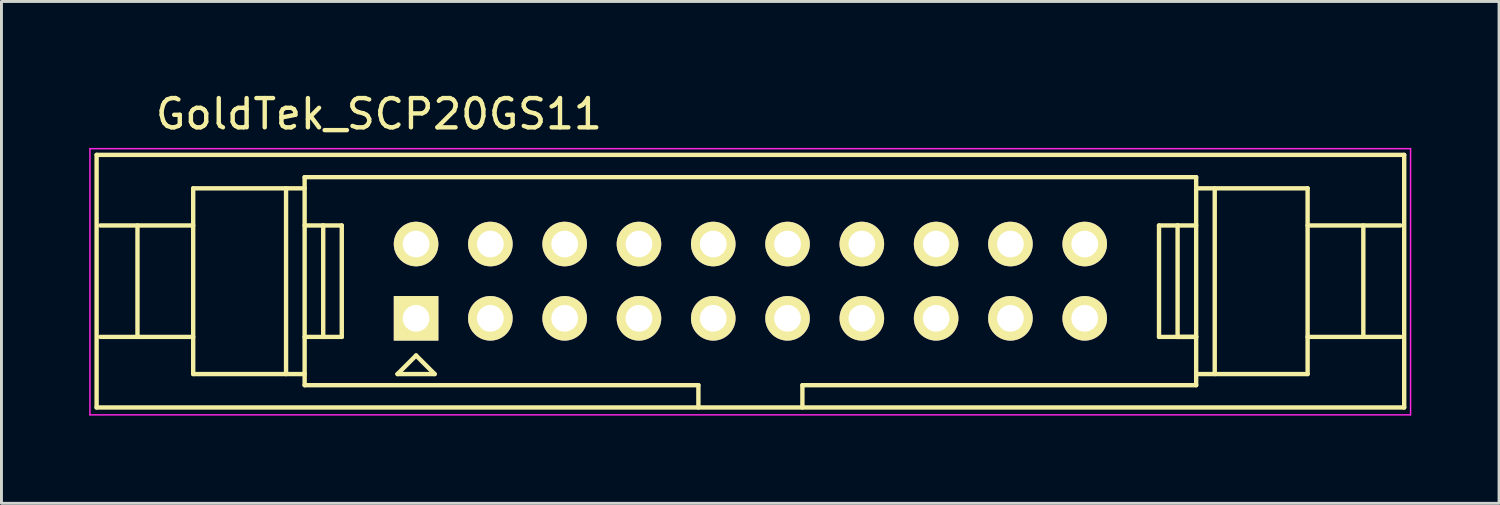
<source format=kicad_pcb>
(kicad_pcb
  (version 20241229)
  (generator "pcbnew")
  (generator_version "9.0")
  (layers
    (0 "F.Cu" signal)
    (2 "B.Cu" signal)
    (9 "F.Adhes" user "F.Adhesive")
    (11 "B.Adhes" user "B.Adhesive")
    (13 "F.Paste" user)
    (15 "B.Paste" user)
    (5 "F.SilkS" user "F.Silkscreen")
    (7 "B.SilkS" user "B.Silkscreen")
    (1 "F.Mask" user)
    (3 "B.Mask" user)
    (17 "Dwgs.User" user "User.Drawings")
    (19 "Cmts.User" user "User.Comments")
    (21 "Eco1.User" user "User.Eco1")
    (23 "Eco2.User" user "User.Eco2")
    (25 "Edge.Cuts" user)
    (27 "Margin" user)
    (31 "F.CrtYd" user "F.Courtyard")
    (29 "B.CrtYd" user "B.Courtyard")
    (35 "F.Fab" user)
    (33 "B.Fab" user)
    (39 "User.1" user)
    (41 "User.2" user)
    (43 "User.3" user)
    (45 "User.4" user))
  (footprint "GoldTek_SCP20GS11"
    (layer "F.Cu")
    (at 11.175 7.833)
    (property "Reference" "GoldTek_SCP20GS11" (at -1.27 -6.985 0) (layer "F.SilkS") (effects (font (size 1 1) (thickness 0.15))))
    (attr through_hole)
    (fp_line (start -10.922 -5.588) (end -10.922 3.048) (stroke (width 0.15) (type solid)) (layer "F.SilkS"))
    (fp_line (start -10.922 3.048) (end 33.782 3.048) (stroke (width 0.15) (type solid)) (layer "F.SilkS"))
    (fp_line (start -9.525 -3.175) (end -9.525 0.635) (stroke (width 0.15) (type solid)) (layer "F.SilkS"))
    (fp_line (start -7.62 -4.445) (end -7.62 1.905) (stroke (width 0.15) (type solid)) (layer "F.SilkS"))
    (fp_line (start -7.62 -3.175) (end -10.795 -3.175) (stroke (width 0.15) (type solid)) (layer "F.SilkS"))
    (fp_line (start -7.62 0.635) (end -10.795 0.635) (stroke (width 0.15) (type solid)) (layer "F.SilkS"))
    (fp_line (start -7.62 1.905) (end -3.81 1.905) (stroke (width 0.15) (type solid)) (layer "F.SilkS"))
    (fp_line (start -4.445 -4.445) (end -4.445 1.905) (stroke (width 0.15) (type solid)) (layer "F.SilkS"))
    (fp_line (start -3.81 -4.826) (end 26.67 -4.826) (stroke (width 0.15) (type solid)) (layer "F.SilkS"))
    (fp_line (start -3.81 -4.445) (end -7.62 -4.445) (stroke (width 0.15) (type solid)) (layer "F.SilkS"))
    (fp_line (start -3.81 -3.175) (end -3.175 -3.175) (stroke (width 0.15) (type solid)) (layer "F.SilkS"))
    (fp_line (start -3.81 2.286) (end -3.81 -4.826) (stroke (width 0.15) (type solid)) (layer "F.SilkS"))
    (fp_line (start -3.175 -3.175) (end -3.175 0.635) (stroke (width 0.15) (type solid)) (layer "F.SilkS"))
    (fp_line (start -3.175 -3.175) (end -2.54 -3.175) (stroke (width 0.15) (type solid)) (layer "F.SilkS"))
    (fp_line (start -3.175 0.635) (end -3.81 0.635) (stroke (width 0.15) (type solid)) (layer "F.SilkS"))
    (fp_line (start -2.54 -3.175) (end -2.54 0.635) (stroke (width 0.15) (type solid)) (layer "F.SilkS"))
    (fp_line (start -2.54 0.635) (end -3.175 0.635) (stroke (width 0.15) (type solid)) (layer "F.SilkS"))
    (fp_line (start -0.635 1.905) (end 0 1.27) (stroke (width 0.15) (type solid)) (layer "F.SilkS"))
    (fp_line (start 0 1.27) (end 0.635 1.905) (stroke (width 0.15) (type solid)) (layer "F.SilkS"))
    (fp_line (start 0.635 1.905) (end -0.635 1.905) (stroke (width 0.15) (type solid)) (layer "F.SilkS"))
    (fp_line (start 9.652 2.286) (end -3.81 2.286) (stroke (width 0.15) (type solid)) (layer "F.SilkS"))
    (fp_line (start 9.652 3.048) (end 9.652 2.286) (stroke (width 0.15) (type solid)) (layer "F.SilkS"))
    (fp_line (start 13.208 2.286) (end 13.208 3.048) (stroke (width 0.15) (type solid)) (layer "F.SilkS"))
    (fp_line (start 25.4 -3.175) (end 26.035 -3.175) (stroke (width 0.15) (type solid)) (layer "F.SilkS"))
    (fp_line (start 25.4 0.635) (end 25.4 -3.175) (stroke (width 0.15) (type solid)) (layer "F.SilkS"))
    (fp_line (start 26.035 -3.175) (end 26.035 0.635) (stroke (width 0.15) (type solid)) (layer "F.SilkS"))
    (fp_line (start 26.035 0.635) (end 25.4 0.635) (stroke (width 0.15) (type solid)) (layer "F.SilkS"))
    (fp_line (start 26.035 0.635) (end 26.67 0.635) (stroke (width 0.15) (type solid)) (layer "F.SilkS"))
    (fp_line (start 26.67 -4.826) (end 26.67 2.286) (stroke (width 0.15) (type solid)) (layer "F.SilkS"))
    (fp_line (start 26.67 -4.445) (end 30.48 -4.445) (stroke (width 0.15) (type solid)) (layer "F.SilkS"))
    (fp_line (start 26.67 -3.175) (end 26.035 -3.175) (stroke (width 0.15) (type solid)) (layer "F.SilkS"))
    (fp_line (start 26.67 0.635) (end 26.035 0.635) (stroke (width 0.15) (type solid)) (layer "F.SilkS"))
    (fp_line (start 26.67 2.286) (end 13.208 2.286) (stroke (width 0.15) (type solid)) (layer "F.SilkS"))
    (fp_line (start 27.305 -4.445) (end 27.305 1.905) (stroke (width 0.15) (type solid)) (layer "F.SilkS"))
    (fp_line (start 30.48 -4.445) (end 30.48 1.905) (stroke (width 0.15) (type solid)) (layer "F.SilkS"))
    (fp_line (start 30.48 -3.175) (end 33.655 -3.175) (stroke (width 0.15) (type solid)) (layer "F.SilkS"))
    (fp_line (start 30.48 0.635) (end 33.655 0.635) (stroke (width 0.15) (type solid)) (layer "F.SilkS"))
    (fp_line (start 30.48 1.905) (end 26.67 1.905) (stroke (width 0.15) (type solid)) (layer "F.SilkS"))
    (fp_line (start 32.385 -3.175) (end 32.385 0.635) (stroke (width 0.15) (type solid)) (layer "F.SilkS"))
    (fp_line (start 33.782 -5.588) (end -10.922 -5.588) (stroke (width 0.15) (type solid)) (layer "F.SilkS"))
    (fp_line (start 33.782 3.048) (end 33.782 -5.588) (stroke (width 0.15) (type solid)) (layer "F.SilkS"))
    (fp_line (start -11.15 -5.8) (end 34 -5.8) (stroke (width 0.05) (type solid)) (layer "F.CrtYd"))
    (fp_line (start -11.15 3.3) (end -11.15 -5.8) (stroke (width 0.05) (type solid)) (layer "F.CrtYd"))
    (fp_line (start 34 -5.8) (end 34 3.3) (stroke (width 0.05) (type solid)) (layer "F.CrtYd"))
    (fp_line (start 34 3.3) (end -11.15 3.3) (stroke (width 0.05) (type solid)) (layer "F.CrtYd"))
    (pad "1" thru_hole rect (at 0 0) (size 1.524 1.524) (drill 0.914) (layers "*.Cu" "*.Mask" "F.SilkS"))
    (pad "2" thru_hole circle (at 0 -2.54) (size 1.524 1.524) (drill 0.914) (layers "*.Cu" "*.Mask" "F.SilkS"))
    (pad "3" thru_hole circle (at 2.54 0) (size 1.524 1.524) (drill 0.914) (layers "*.Cu" "*.Mask" "F.SilkS"))
    (pad "4" thru_hole circle (at 2.54 -2.54) (size 1.524 1.524) (drill 0.914) (layers "*.Cu" "*.Mask" "F.SilkS"))
    (pad "5" thru_hole circle (at 5.08 0) (size 1.524 1.524) (drill 0.914) (layers "*.Cu" "*.Mask" "F.SilkS"))
    (pad "6" thru_hole circle (at 5.08 -2.54) (size 1.524 1.524) (drill 0.914) (layers "*.Cu" "*.Mask" "F.SilkS"))
    (pad "7" thru_hole circle (at 7.62 0) (size 1.524 1.524) (drill 0.914) (layers "*.Cu" "*.Mask" "F.SilkS"))
    (pad "8" thru_hole circle (at 7.62 -2.54) (size 1.524 1.524) (drill 0.914) (layers "*.Cu" "*.Mask" "F.SilkS"))
    (pad "9" thru_hole circle (at 10.16 0) (size 1.524 1.524) (drill 0.914) (layers "*.Cu" "*.Mask" "F.SilkS"))
    (pad "10" thru_hole circle (at 10.16 -2.54) (size 1.524 1.524) (drill 0.914) (layers "*.Cu" "*.Mask" "F.SilkS"))
    (pad "11" thru_hole circle (at 12.7 0) (size 1.524 1.524) (drill 0.914) (layers "*.Cu" "*.Mask" "F.SilkS"))
    (pad "12" thru_hole circle (at 12.7 -2.54) (size 1.524 1.524) (drill 0.914) (layers "*.Cu" "*.Mask" "F.SilkS"))
    (pad "13" thru_hole circle (at 15.24 0) (size 1.524 1.524) (drill 0.914) (layers "*.Cu" "*.Mask" "F.SilkS"))
    (pad "14" thru_hole circle (at 15.24 -2.54) (size 1.524 1.524) (drill 0.914) (layers "*.Cu" "*.Mask" "F.SilkS"))
    (pad "15" thru_hole circle (at 17.78 0) (size 1.524 1.524) (drill 0.914) (layers "*.Cu" "*.Mask" "F.SilkS"))
    (pad "16" thru_hole circle (at 17.78 -2.54) (size 1.524 1.524) (drill 0.914) (layers "*.Cu" "*.Mask" "F.SilkS"))
    (pad "17" thru_hole circle (at 20.32 0) (size 1.524 1.524) (drill 0.914) (layers "*.Cu" "*.Mask" "F.SilkS"))
    (pad "18" thru_hole circle (at 20.32 -2.54) (size 1.524 1.524) (drill 0.914) (layers "*.Cu" "*.Mask" "F.SilkS"))
    (pad "19" thru_hole circle (at 22.86 0) (size 1.524 1.524) (drill 0.914) (layers "*.Cu" "*.Mask" "F.SilkS"))
    (pad "20" thru_hole circle (at 22.86 -2.54) (size 1.524 1.524) (drill 0.914) (layers "*.Cu" "*.Mask" "F.SilkS")))
  (gr_rect
    (start -3 -3)
    (end 48.2 14.158)
    (stroke (width 0.1) (type default))
    (fill no)
    (layer "Edge.Cuts")))
</source>
